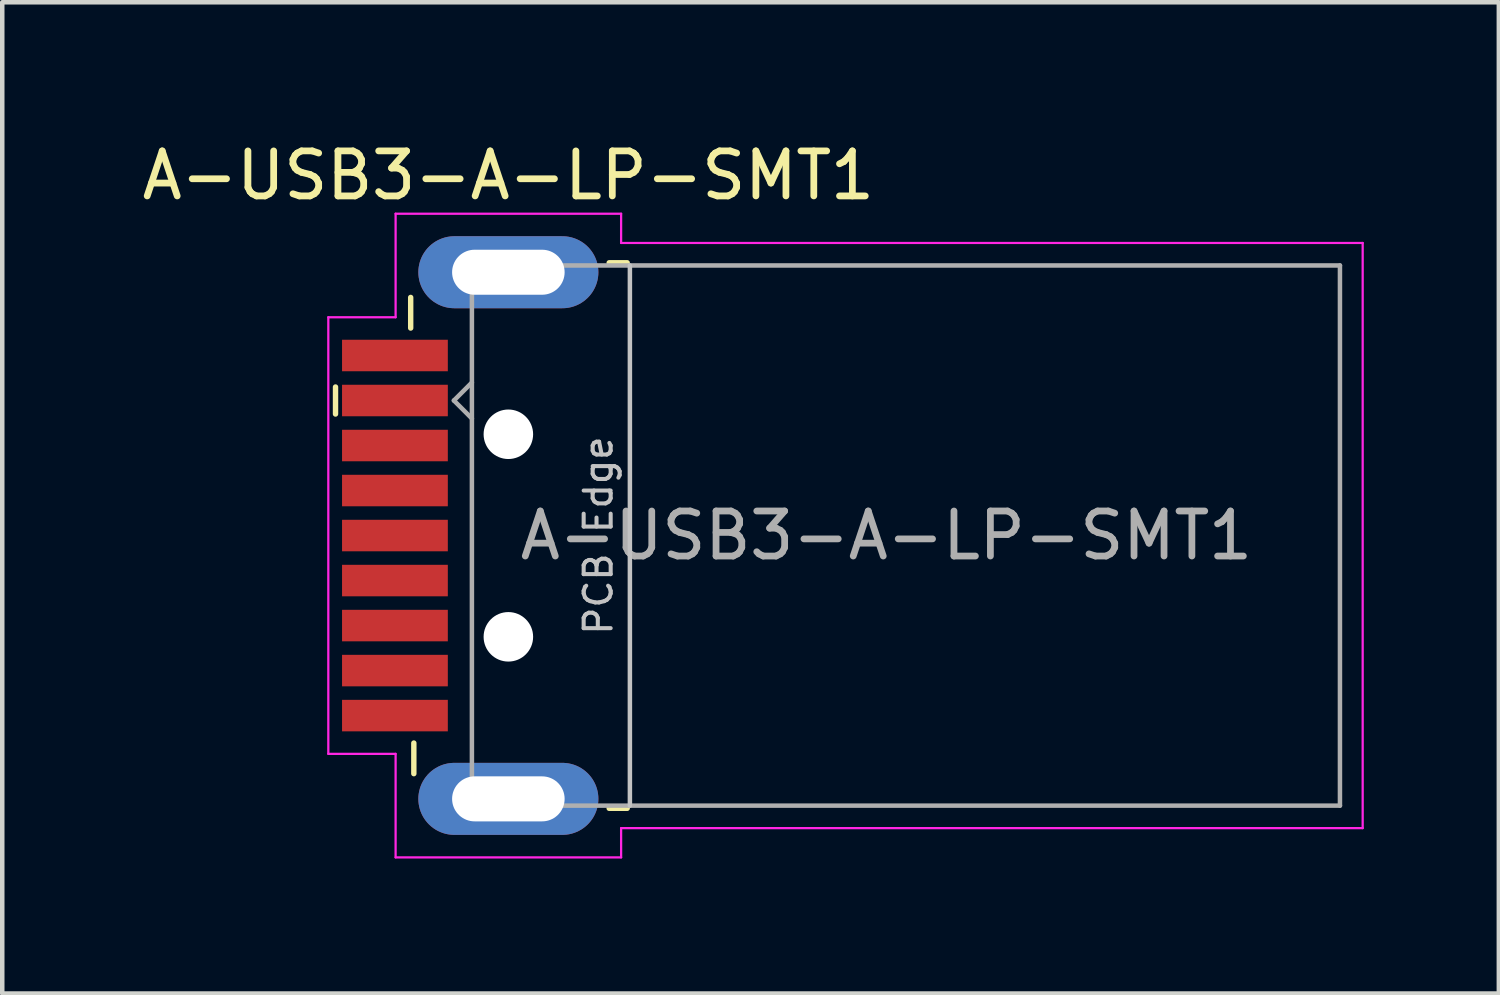
<source format=kicad_pcb>
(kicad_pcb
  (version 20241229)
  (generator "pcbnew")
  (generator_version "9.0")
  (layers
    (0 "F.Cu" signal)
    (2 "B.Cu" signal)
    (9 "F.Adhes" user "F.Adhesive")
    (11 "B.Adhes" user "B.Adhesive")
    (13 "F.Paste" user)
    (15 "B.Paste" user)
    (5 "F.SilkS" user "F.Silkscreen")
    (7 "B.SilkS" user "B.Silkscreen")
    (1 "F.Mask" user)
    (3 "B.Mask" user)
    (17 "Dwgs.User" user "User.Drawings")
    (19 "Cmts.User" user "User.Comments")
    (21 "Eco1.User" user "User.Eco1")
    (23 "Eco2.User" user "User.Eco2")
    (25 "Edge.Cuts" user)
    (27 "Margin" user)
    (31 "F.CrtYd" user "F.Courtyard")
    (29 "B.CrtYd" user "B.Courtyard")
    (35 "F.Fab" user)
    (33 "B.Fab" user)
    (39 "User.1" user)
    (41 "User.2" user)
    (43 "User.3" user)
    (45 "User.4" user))
  (footprint "A-USB3-A-LP-SMT1"
    (layer "F.Cu")
    (at 8.244 8.848)
    (property "Reference" "A-USB3-A-LP-SMT1" (at 0 -8 0) (layer "F.SilkS") (effects (font (size 1 1) (thickness 0.15))))
    (attr smd)
    (fp_line (start -3.84 -2.7) (end -3.84 -3.3) (stroke (width 0.12) (type solid)) (layer "F.SilkS"))
    (fp_line (start -2.17 -4.61) (end -2.17 -5.29) (stroke (width 0.12) (type solid)) (layer "F.SilkS"))
    (fp_line (start -2.1 4.61) (end -2.1 5.29) (stroke (width 0.12) (type solid)) (layer "F.SilkS"))
    (fp_line (start 2.64 -6.06) (end 2.24 -6.06) (stroke (width 0.12) (type solid)) (layer "F.SilkS"))
    (fp_line (start 2.64 6.06) (end 2.24 6.06) (stroke (width 0.12) (type solid)) (layer "F.SilkS"))
    (fp_line (start 2.7 6) (end 2.7 -6) (stroke (width 0.1) (type solid)) (layer "Dwgs.User"))
    (fp_line (start -4 -4.85) (end -4 4.85) (stroke (width 0.05) (type solid)) (layer "F.CrtYd"))
    (fp_line (start -2.505 -7.15) (end -2.505 -4.85) (stroke (width 0.05) (type solid)) (layer "F.CrtYd"))
    (fp_line (start -2.505 -4.85) (end -4 -4.85) (stroke (width 0.05) (type solid)) (layer "F.CrtYd"))
    (fp_line (start -2.505 4.85) (end -4 4.85) (stroke (width 0.05) (type solid)) (layer "F.CrtYd"))
    (fp_line (start -2.505 7.15) (end -2.505 4.85) (stroke (width 0.05) (type solid)) (layer "F.CrtYd"))
    (fp_line (start 2.505 -7.15) (end -2.505 -7.15) (stroke (width 0.05) (type solid)) (layer "F.CrtYd"))
    (fp_line (start 2.505 -6.5) (end 2.505 -7.15) (stroke (width 0.05) (type solid)) (layer "F.CrtYd"))
    (fp_line (start 2.505 6.5) (end 2.505 7.15) (stroke (width 0.05) (type solid)) (layer "F.CrtYd"))
    (fp_line (start 2.505 7.15) (end -2.505 7.15) (stroke (width 0.05) (type solid)) (layer "F.CrtYd"))
    (fp_line (start 18.98 -6.5) (end 2.505 -6.5) (stroke (width 0.05) (type solid)) (layer "F.CrtYd"))
    (fp_line (start 18.98 6.5) (end 2.505 6.5) (stroke (width 0.05) (type solid)) (layer "F.CrtYd"))
    (fp_line (start 18.98 6.5) (end 18.98 -6.5) (stroke (width 0.05) (type solid)) (layer "F.CrtYd"))
    (fp_line (start -1.21 -3) (end -0.81 -3.4) (stroke (width 0.1) (type solid)) (layer "F.Fab"))
    (fp_line (start -1.21 -3) (end -0.81 -2.6) (stroke (width 0.1) (type solid)) (layer "F.Fab"))
    (fp_line (start -0.81 5.99) (end -0.81 -6.01) (stroke (width 0.1) (type solid)) (layer "F.Fab"))
    (fp_line (start 18.475 -6) (end -0.325 -6) (stroke (width 0.1) (type solid)) (layer "F.Fab"))
    (fp_line (start 18.475 6) (end -0.325 6) (stroke (width 0.1) (type solid)) (layer "F.Fab"))
    (fp_line (start 18.475 6) (end 18.475 -6) (stroke (width 0.1) (type solid)) (layer "F.Fab"))
    (fp_text user "PCB Edge" (at 2 0 90) (layer "Dwgs.User") (effects (font (size 0.6 0.6) (thickness 0.09))))
    (fp_text user "${REFERENCE}" (at 8.4 0 180) (layer "F.Fab") (effects (font (size 1 1) (thickness 0.15))))
    (pad "" np_thru_hole circle (at 0 -2.25 90) (size 1.1 1.1) (drill 1.1) (layers "*.Cu" "*.Mask"))
    (pad "" np_thru_hole circle (at 0 2.25 90) (size 1.1 1.1) (drill 1.1) (layers "*.Cu" "*.Mask"))
    (pad "1" smd rect (at -2.52 -3 90) (size 0.7 2.35) (layers "F.Cu" "F.Mask" "F.Paste"))
    (pad "2" smd rect (at -2.52 -1 90) (size 0.7 2.35) (layers "F.Cu" "F.Mask" "F.Paste"))
    (pad "3" smd rect (at -2.52 1 90) (size 0.7 2.35) (layers "F.Cu" "F.Mask" "F.Paste"))
    (pad "4" smd rect (at -2.52 3 90) (size 0.7 2.35) (layers "F.Cu" "F.Mask" "F.Paste"))
    (pad "5" smd rect (at -2.52 4 90) (size 0.7 2.35) (layers "F.Cu" "F.Mask" "F.Paste"))
    (pad "6" smd rect (at -2.52 2 90) (size 0.7 2.35) (layers "F.Cu" "F.Mask" "F.Paste"))
    (pad "7" smd rect (at -2.52 0 90) (size 0.7 2.35) (layers "F.Cu" "F.Mask" "F.Paste"))
    (pad "8" smd rect (at -2.52 -2 90) (size 0.7 2.35) (layers "F.Cu" "F.Mask" "F.Paste"))
    (pad "9" smd rect (at -2.52 -4) (size 2.35 0.7) (layers "F.Cu" "F.Mask" "F.Paste"))
    (pad "S1" thru_hole oval (at 0 -5.85 90) (size 1.6 4) (drill oval 1 2.5) (layers "*.Cu" "*.Mask"))
    (pad "S2" thru_hole oval (at 0 5.85 90) (size 1.6 4) (drill oval 1 2.5) (layers "*.Cu" "*.Mask")))
  (gr_rect
    (start -3 -3)
    (end 30.249 19.023)
    (stroke (width 0.1) (type default))
    (fill no)
    (layer "Edge.Cuts")))
</source>
